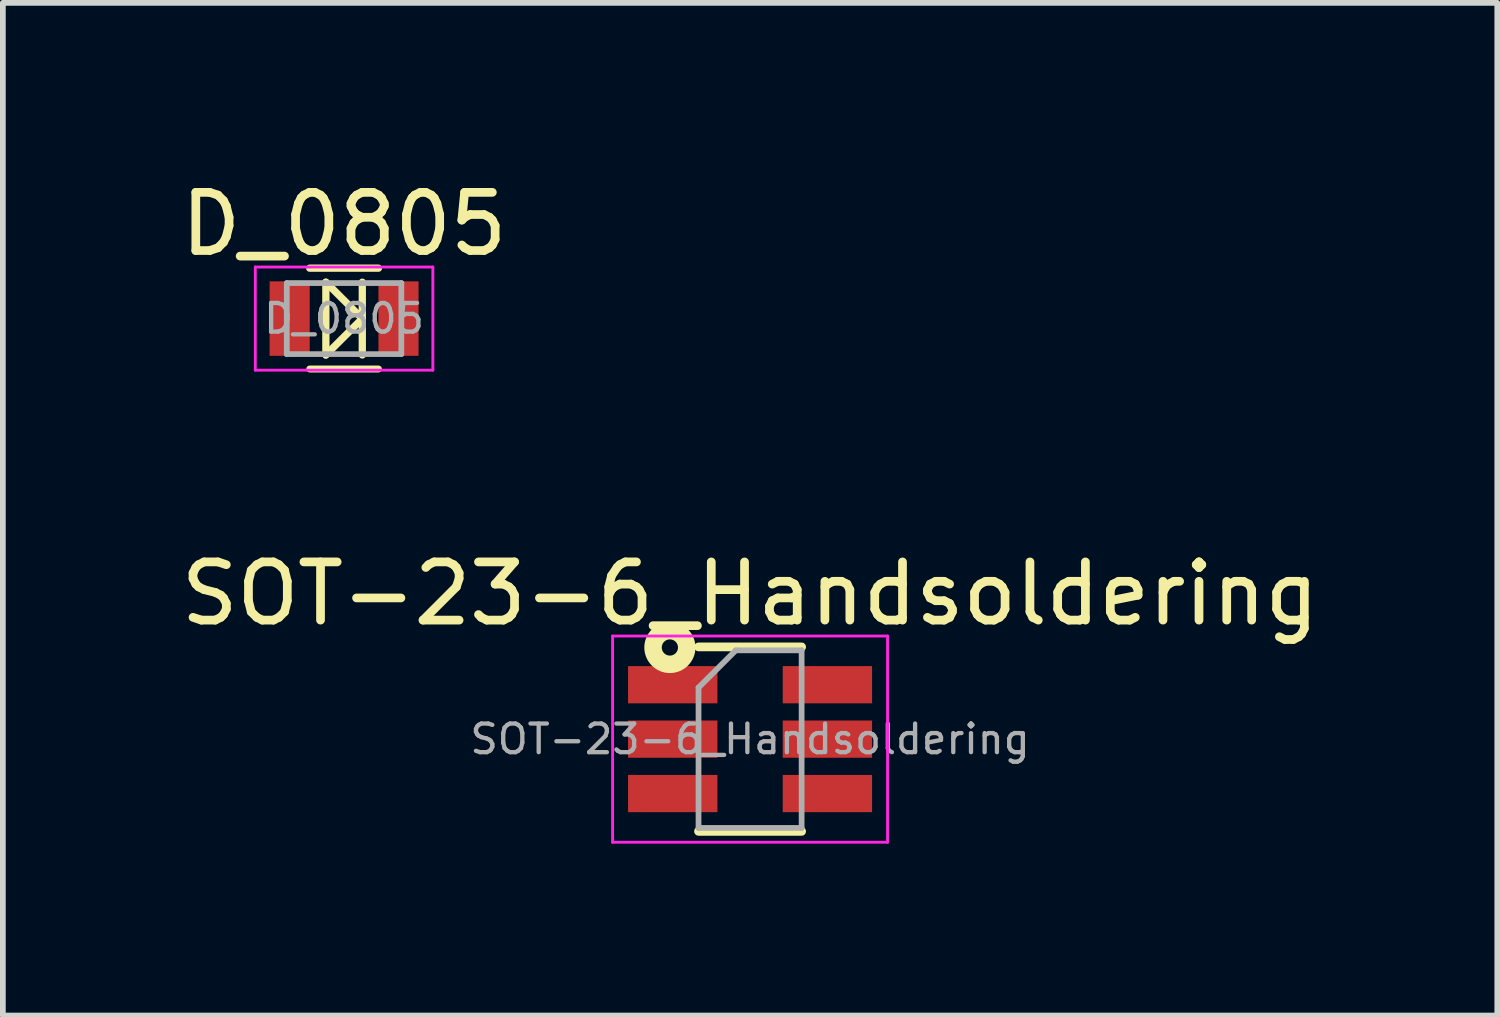
<source format=kicad_pcb>
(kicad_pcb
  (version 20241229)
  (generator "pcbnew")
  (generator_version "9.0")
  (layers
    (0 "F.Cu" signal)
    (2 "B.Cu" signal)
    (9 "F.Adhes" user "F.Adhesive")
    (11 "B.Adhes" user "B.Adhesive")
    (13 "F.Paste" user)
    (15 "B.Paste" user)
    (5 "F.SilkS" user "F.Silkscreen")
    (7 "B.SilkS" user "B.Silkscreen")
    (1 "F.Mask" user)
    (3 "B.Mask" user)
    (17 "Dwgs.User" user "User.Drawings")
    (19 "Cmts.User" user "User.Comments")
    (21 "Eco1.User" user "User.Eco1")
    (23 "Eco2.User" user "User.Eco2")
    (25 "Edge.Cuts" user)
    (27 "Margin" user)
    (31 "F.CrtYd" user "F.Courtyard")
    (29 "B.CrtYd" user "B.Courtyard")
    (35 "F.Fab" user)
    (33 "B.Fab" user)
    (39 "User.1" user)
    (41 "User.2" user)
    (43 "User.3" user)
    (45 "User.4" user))
  (footprint "SOT-23-6_Handsoldering"
    (layer "F.Cu")
    (at 10.045 9.854)
    (property "Reference" "SOT-23-6_Handsoldering" (at 0 -2.54 0) (layer "F.SilkS") (effects (font (size 1.016 1.016) (thickness 0.152))))
    (attr smd)
    (fp_line (start -0.9 1.61) (end 0.9 1.61) (stroke (width 0.152) (type solid)) (layer "F.SilkS"))
    (fp_line (start 0.9 -1.61) (end -0.9 -1.61) (stroke (width 0.152) (type solid)) (layer "F.SilkS"))
    (fp_circle (center -1.4 -1.6) (end -1.5 -1.5) (stroke (width 0.305) (type solid)) (fill no) (layer "F.SilkS"))
    (fp_line (start -2.4 -1.8) (end 2.4 -1.8) (stroke (width 0.05) (type solid)) (layer "F.CrtYd"))
    (fp_line (start -2.4 1.8) (end -2.4 -1.8) (stroke (width 0.05) (type solid)) (layer "F.CrtYd"))
    (fp_line (start 2.4 -1.8) (end 2.4 1.8) (stroke (width 0.05) (type solid)) (layer "F.CrtYd"))
    (fp_line (start 2.4 1.8) (end -2.4 1.8) (stroke (width 0.05) (type solid)) (layer "F.CrtYd"))
    (fp_line (start -0.9 -0.9) (end -0.9 1.55) (stroke (width 0.1) (type solid)) (layer "F.Fab"))
    (fp_line (start -0.9 -0.9) (end -0.25 -1.55) (stroke (width 0.1) (type solid)) (layer "F.Fab"))
    (fp_line (start 0.9 -1.55) (end -0.25 -1.55) (stroke (width 0.1) (type solid)) (layer "F.Fab"))
    (fp_line (start 0.9 -1.55) (end 0.9 1.55) (stroke (width 0.1) (type solid)) (layer "F.Fab"))
    (fp_line (start 0.9 1.55) (end -0.9 1.55) (stroke (width 0.1) (type solid)) (layer "F.Fab"))
    (fp_text user "${REFERENCE}" (at 0 0 0) (layer "F.Fab") (effects (font (size 0.5 0.5) (thickness 0.075))))
    (pad "1" smd rect (at -1.35 -0.95) (size 1.56 0.65) (layers "F.Cu" "F.Mask" "F.Paste"))
    (pad "2" smd rect (at -1.35 0) (size 1.56 0.65) (layers "F.Cu" "F.Mask" "F.Paste"))
    (pad "3" smd rect (at -1.35 0.95) (size 1.56 0.65) (layers "F.Cu" "F.Mask" "F.Paste"))
    (pad "4" smd rect (at 1.35 0.95) (size 1.56 0.65) (layers "F.Cu" "F.Mask" "F.Paste"))
    (pad "5" smd rect (at 1.35 0) (size 1.56 0.65) (layers "F.Cu" "F.Mask" "F.Paste"))
    (pad "6" smd rect (at 1.35 -0.95) (size 1.56 0.65) (layers "F.Cu" "F.Mask" "F.Paste")))
  (footprint "D_0805"
    (layer "F.Cu")
    (at 2.957 2.512)
    (property "Reference" "D_0805" (at 0 -1.65 0) (layer "F.SilkS") (effects (font (size 1.016 1.016) (thickness 0.152))))
    (attr smd)
    (fp_line (start -0.6 -0.88) (end 0.6 -0.88) (stroke (width 0.127) (type solid)) (layer "F.SilkS"))
    (fp_line (start -0.318 -0.635) (end -0.318 0.635) (stroke (width 0.127) (type solid)) (layer "F.SilkS"))
    (fp_line (start -0.318 0.635) (end 0.318 0) (stroke (width 0.127) (type solid)) (layer "F.SilkS"))
    (fp_line (start 0.318 -0.635) (end 0.318 0.635) (stroke (width 0.127) (type solid)) (layer "F.SilkS"))
    (fp_line (start 0.318 0) (end -0.318 -0.635) (stroke (width 0.127) (type solid)) (layer "F.SilkS"))
    (fp_line (start 0.6 0.88) (end -0.6 0.88) (stroke (width 0.12) (type solid)) (layer "F.SilkS"))
    (fp_line (start -1.55 -0.9) (end -1.55 0.9) (stroke (width 0.05) (type solid)) (layer "F.CrtYd"))
    (fp_line (start -1.55 -0.9) (end 1.55 -0.9) (stroke (width 0.05) (type solid)) (layer "F.CrtYd"))
    (fp_line (start 1.55 0.9) (end -1.55 0.9) (stroke (width 0.05) (type solid)) (layer "F.CrtYd"))
    (fp_line (start 1.55 0.9) (end 1.55 -0.9) (stroke (width 0.05) (type solid)) (layer "F.CrtYd"))
    (fp_line (start -1 -0.62) (end 1 -0.62) (stroke (width 0.1) (type solid)) (layer "F.Fab"))
    (fp_line (start -1 0.62) (end -1 -0.62) (stroke (width 0.1) (type solid)) (layer "F.Fab"))
    (fp_line (start 1 -0.62) (end 1 0.62) (stroke (width 0.1) (type solid)) (layer "F.Fab"))
    (fp_line (start 1 0.62) (end -1 0.62) (stroke (width 0.1) (type solid)) (layer "F.Fab"))
    (fp_text user "${REFERENCE}" (at 0 0 0) (layer "F.Fab") (effects (font (size 0.5 0.5) (thickness 0.075))))
    (pad "1" smd rect (at -0.95 0) (size 0.7 1.3) (layers "F.Cu" "F.Mask" "F.Paste"))
    (pad "2" smd rect (at 0.95 0) (size 0.7 1.3) (layers "F.Cu" "F.Mask" "F.Paste")))
  (gr_rect
    (start -3 -3)
    (end 23.09 14.679)
    (stroke (width 0.1) (type default))
    (fill no)
    (layer "Edge.Cuts")))
</source>
